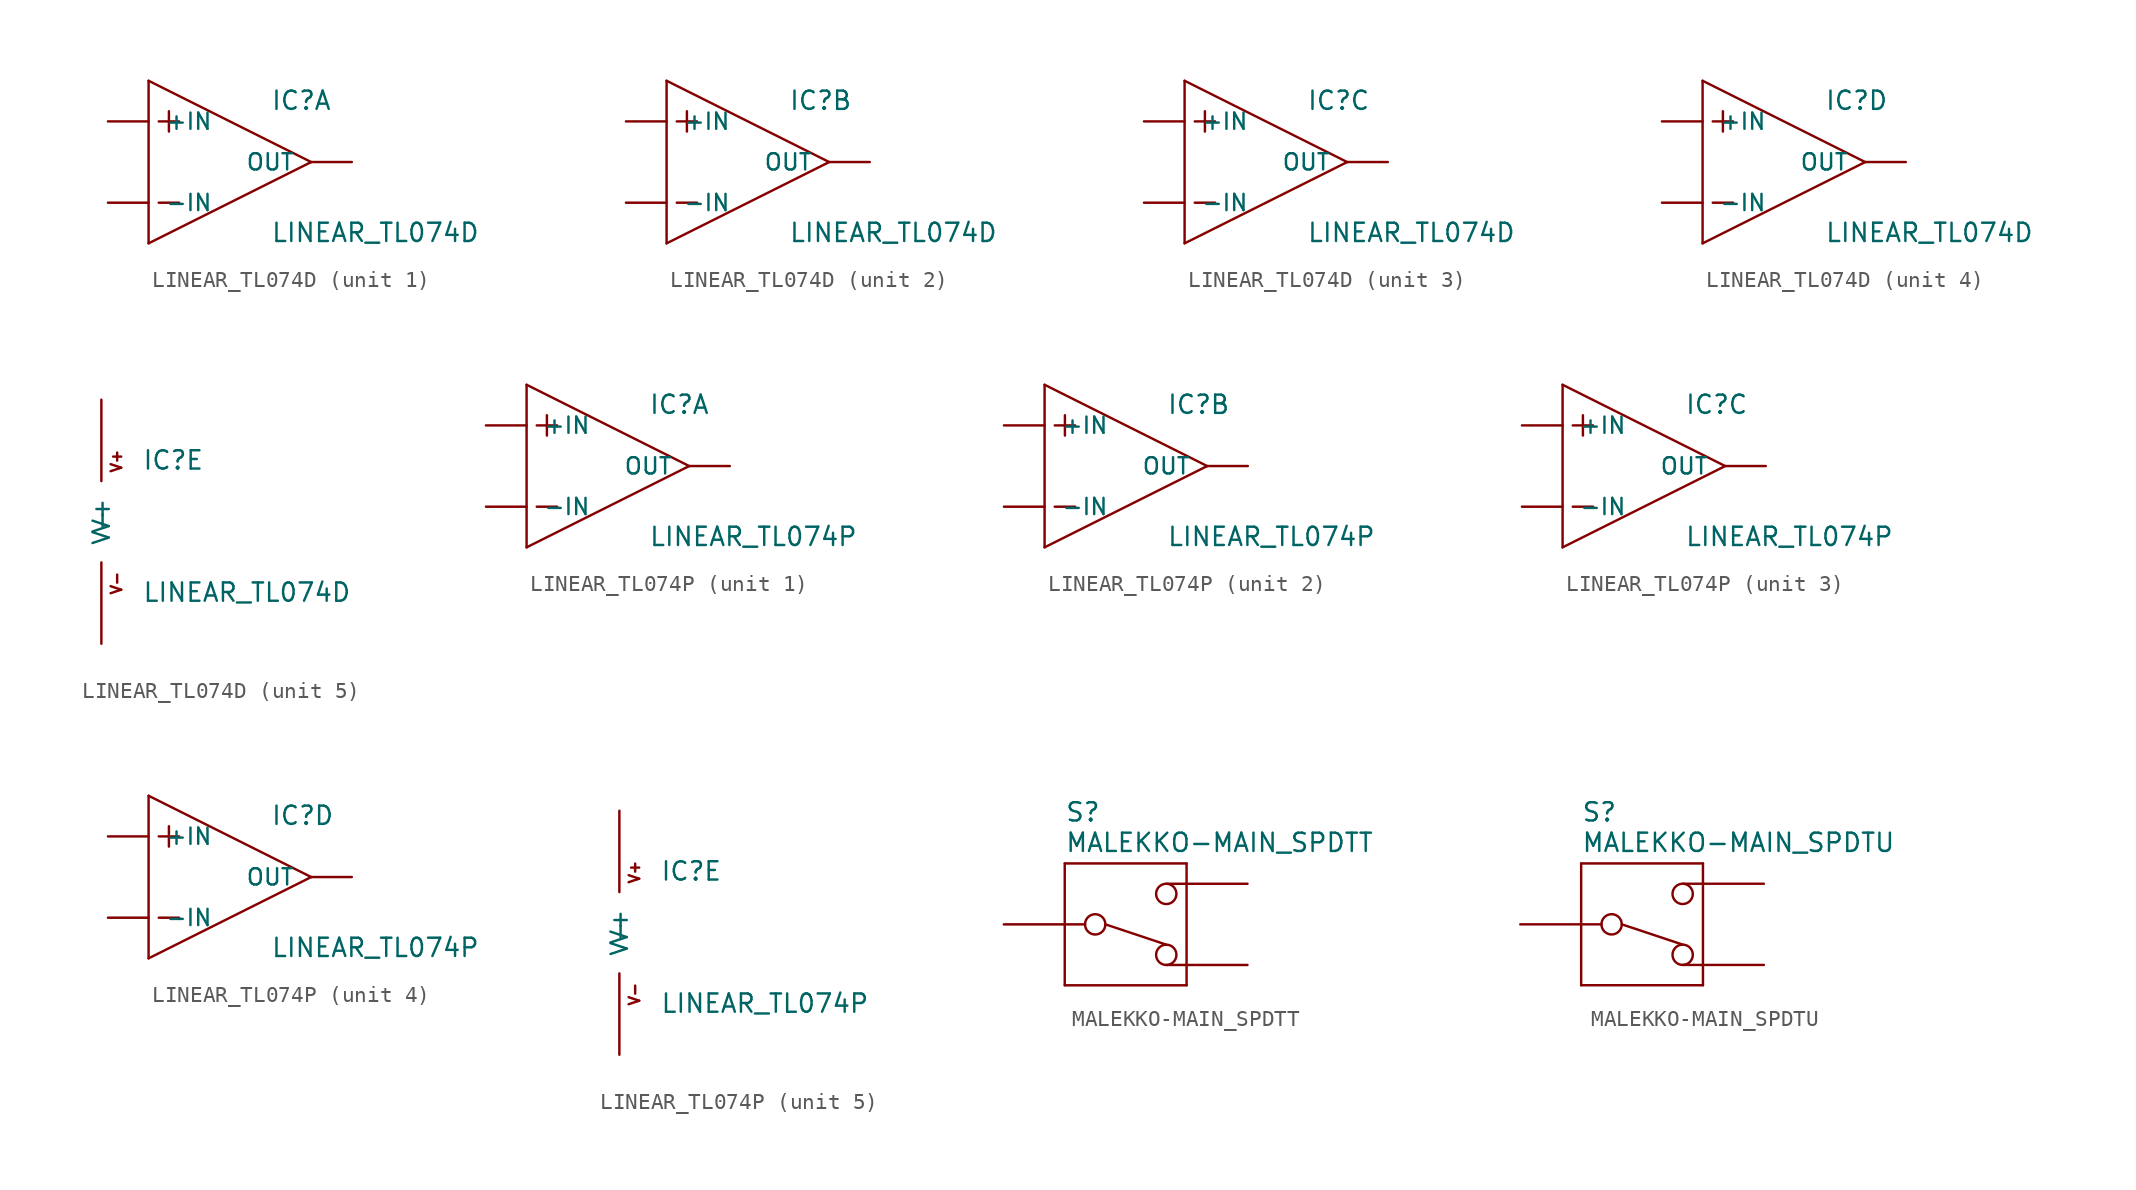
<source format=kicad_sym>
(kicad_symbol_lib
  (version 20210619)
  (generator kicad_symbol_editor)
  (symbol "LINEAR_TL074D"
    (pin_numbers hide)
    (pin_names
      (offset 1.016))
    (property "Reference" "IC"
      (at 2.54 3.175 0)
      (effects (font (size 1.143 1.143)) (justify left bottom)))
    (property "Value" "LINEAR_TL074D"
      (at 2.54 -5.08 0)
      (effects (font (size 1.143 1.143)) (justify left bottom)))
    (property "ki_locked" ""
      (at 0 0 0)
      (effects (font (size 1.27 1.27))))
    (symbol "LINEAR_TL074D_1_0"
      (polyline (pts (xy -5.08 -5.08) (xy 5.08 0)) (stroke (width 0)) (fill (type none)))
      (polyline (pts (xy -5.08 5.08) (xy -5.08 -5.08)) (stroke (width 0)) (fill (type none)))
      (polyline (pts (xy -4.445 -2.54) (xy -3.175 -2.54)) (stroke (width 0)) (fill (type none)))
      (polyline (pts (xy -4.445 2.54) (xy -3.175 2.54)) (stroke (width 0)) (fill (type none)))
      (polyline (pts (xy -3.81 3.175) (xy -3.81 1.905)) (stroke (width 0)) (fill (type none)))
      (polyline (pts (xy 5.08 0) (xy -5.08 5.08)) (stroke (width 0)) (fill (type none))))
    (symbol "LINEAR_TL074D_1_1"
      (pin output line (at 7.62 0 180) (length 2.54) (name "OUT" (effects (font (size 1.016 1.016)))) (number "1" (effects (font (size 1.016 1.016)))))
      (pin input line (at -7.62 -2.54 0) (length 2.54) (name "-IN" (effects (font (size 1.016 1.016)))) (number "2" (effects (font (size 1.016 1.016)))))
      (pin input line (at -7.62 2.54 0) (length 2.54) (name "+IN" (effects (font (size 1.016 1.016)))) (number "3" (effects (font (size 1.016 1.016))))))
    (symbol "LINEAR_TL074D_2_0"
      (polyline (pts (xy -5.08 -5.08) (xy 5.08 0)) (stroke (width 0)) (fill (type none)))
      (polyline (pts (xy -5.08 5.08) (xy -5.08 -5.08)) (stroke (width 0)) (fill (type none)))
      (polyline (pts (xy -4.445 -2.54) (xy -3.175 -2.54)) (stroke (width 0)) (fill (type none)))
      (polyline (pts (xy -4.445 2.54) (xy -3.175 2.54)) (stroke (width 0)) (fill (type none)))
      (polyline (pts (xy -3.81 3.175) (xy -3.81 1.905)) (stroke (width 0)) (fill (type none)))
      (polyline (pts (xy 5.08 0) (xy -5.08 5.08)) (stroke (width 0)) (fill (type none))))
    (symbol "LINEAR_TL074D_2_1"
      (pin input line (at -7.62 2.54 0) (length 2.54) (name "+IN" (effects (font (size 1.016 1.016)))) (number "5" (effects (font (size 1.016 1.016)))))
      (pin input line (at -7.62 -2.54 0) (length 2.54) (name "-IN" (effects (font (size 1.016 1.016)))) (number "6" (effects (font (size 1.016 1.016)))))
      (pin output line (at 7.62 0 180) (length 2.54) (name "OUT" (effects (font (size 1.016 1.016)))) (number "7" (effects (font (size 1.016 1.016))))))
    (symbol "LINEAR_TL074D_3_0"
      (polyline (pts (xy -5.08 -5.08) (xy 5.08 0)) (stroke (width 0)) (fill (type none)))
      (polyline (pts (xy -5.08 5.08) (xy -5.08 -5.08)) (stroke (width 0)) (fill (type none)))
      (polyline (pts (xy -4.445 -2.54) (xy -3.175 -2.54)) (stroke (width 0)) (fill (type none)))
      (polyline (pts (xy -4.445 2.54) (xy -3.175 2.54)) (stroke (width 0)) (fill (type none)))
      (polyline (pts (xy -3.81 3.175) (xy -3.81 1.905)) (stroke (width 0)) (fill (type none)))
      (polyline (pts (xy 5.08 0) (xy -5.08 5.08)) (stroke (width 0)) (fill (type none))))
    (symbol "LINEAR_TL074D_3_1"
      (pin input line (at -7.62 2.54 0) (length 2.54) (name "+IN" (effects (font (size 1.016 1.016)))) (number "10" (effects (font (size 1.016 1.016)))))
      (pin output line (at 7.62 0 180) (length 2.54) (name "OUT" (effects (font (size 1.016 1.016)))) (number "8" (effects (font (size 1.016 1.016)))))
      (pin input line (at -7.62 -2.54 0) (length 2.54) (name "-IN" (effects (font (size 1.016 1.016)))) (number "9" (effects (font (size 1.016 1.016))))))
    (symbol "LINEAR_TL074D_4_0"
      (polyline (pts (xy -5.08 -5.08) (xy 5.08 0)) (stroke (width 0)) (fill (type none)))
      (polyline (pts (xy -5.08 5.08) (xy -5.08 -5.08)) (stroke (width 0)) (fill (type none)))
      (polyline (pts (xy -4.445 -2.54) (xy -3.175 -2.54)) (stroke (width 0)) (fill (type none)))
      (polyline (pts (xy -4.445 2.54) (xy -3.175 2.54)) (stroke (width 0)) (fill (type none)))
      (polyline (pts (xy -3.81 3.175) (xy -3.81 1.905)) (stroke (width 0)) (fill (type none)))
      (polyline (pts (xy 5.08 0) (xy -5.08 5.08)) (stroke (width 0)) (fill (type none))))
    (symbol "LINEAR_TL074D_4_1"
      (pin input line (at -7.62 2.54 0) (length 2.54) (name "+IN" (effects (font (size 1.016 1.016)))) (number "12" (effects (font (size 1.016 1.016)))))
      (pin input line (at -7.62 -2.54 0) (length 2.54) (name "-IN" (effects (font (size 1.016 1.016)))) (number "13" (effects (font (size 1.016 1.016)))))
      (pin output line (at 7.62 0 180) (length 2.54) (name "OUT" (effects (font (size 1.016 1.016)))) (number "14" (effects (font (size 1.016 1.016))))))
    (symbol "LINEAR_TL074D_5_0"
      (text "V+" (at 0.94 3.785 900) (effects (font (size 0.66 0.66))))
      (text "V-" (at 0.94 -3.835 900) (effects (font (size 0.66 0.66)))))
    (symbol "LINEAR_TL074D_5_1"
      (pin power_in line (at 0 -7.62 90) (length 5.08) (name "V-" (effects (font (size 1.016 1.016)))) (number "11" (effects (font (size 1.016 1.016)))))
      (pin power_in line (at 0 7.62 270) (length 5.08) (name "V+" (effects (font (size 1.016 1.016)))) (number "4" (effects (font (size 1.016 1.016)))))))
  (symbol "LINEAR_TL074P"
    (pin_numbers hide)
    (pin_names
      (offset 1.016))
    (property "Reference" "IC"
      (at 2.54 3.175 0)
      (effects (font (size 1.143 1.143)) (justify left bottom)))
    (property "Value" "LINEAR_TL074P"
      (at 2.54 -5.08 0)
      (effects (font (size 1.143 1.143)) (justify left bottom)))
    (property "ki_locked" ""
      (at 0 0 0)
      (effects (font (size 1.27 1.27))))
    (symbol "LINEAR_TL074P_1_0"
      (polyline (pts (xy -5.08 -5.08) (xy 5.08 0)) (stroke (width 0)) (fill (type none)))
      (polyline (pts (xy -5.08 5.08) (xy -5.08 -5.08)) (stroke (width 0)) (fill (type none)))
      (polyline (pts (xy -4.445 -2.54) (xy -3.175 -2.54)) (stroke (width 0)) (fill (type none)))
      (polyline (pts (xy -4.445 2.54) (xy -3.175 2.54)) (stroke (width 0)) (fill (type none)))
      (polyline (pts (xy -3.81 3.175) (xy -3.81 1.905)) (stroke (width 0)) (fill (type none)))
      (polyline (pts (xy 5.08 0) (xy -5.08 5.08)) (stroke (width 0)) (fill (type none))))
    (symbol "LINEAR_TL074P_1_1"
      (pin output line (at 7.62 0 180) (length 2.54) (name "OUT" (effects (font (size 1.016 1.016)))) (number "1" (effects (font (size 1.016 1.016)))))
      (pin input line (at -7.62 -2.54 0) (length 2.54) (name "-IN" (effects (font (size 1.016 1.016)))) (number "2" (effects (font (size 1.016 1.016)))))
      (pin input line (at -7.62 2.54 0) (length 2.54) (name "+IN" (effects (font (size 1.016 1.016)))) (number "3" (effects (font (size 1.016 1.016))))))
    (symbol "LINEAR_TL074P_2_0"
      (polyline (pts (xy -5.08 -5.08) (xy 5.08 0)) (stroke (width 0)) (fill (type none)))
      (polyline (pts (xy -5.08 5.08) (xy -5.08 -5.08)) (stroke (width 0)) (fill (type none)))
      (polyline (pts (xy -4.445 -2.54) (xy -3.175 -2.54)) (stroke (width 0)) (fill (type none)))
      (polyline (pts (xy -4.445 2.54) (xy -3.175 2.54)) (stroke (width 0)) (fill (type none)))
      (polyline (pts (xy -3.81 3.175) (xy -3.81 1.905)) (stroke (width 0)) (fill (type none)))
      (polyline (pts (xy 5.08 0) (xy -5.08 5.08)) (stroke (width 0)) (fill (type none))))
    (symbol "LINEAR_TL074P_2_1"
      (pin input line (at -7.62 2.54 0) (length 2.54) (name "+IN" (effects (font (size 1.016 1.016)))) (number "5" (effects (font (size 1.016 1.016)))))
      (pin input line (at -7.62 -2.54 0) (length 2.54) (name "-IN" (effects (font (size 1.016 1.016)))) (number "6" (effects (font (size 1.016 1.016)))))
      (pin output line (at 7.62 0 180) (length 2.54) (name "OUT" (effects (font (size 1.016 1.016)))) (number "7" (effects (font (size 1.016 1.016))))))
    (symbol "LINEAR_TL074P_3_0"
      (polyline (pts (xy -5.08 -5.08) (xy 5.08 0)) (stroke (width 0)) (fill (type none)))
      (polyline (pts (xy -5.08 5.08) (xy -5.08 -5.08)) (stroke (width 0)) (fill (type none)))
      (polyline (pts (xy -4.445 -2.54) (xy -3.175 -2.54)) (stroke (width 0)) (fill (type none)))
      (polyline (pts (xy -4.445 2.54) (xy -3.175 2.54)) (stroke (width 0)) (fill (type none)))
      (polyline (pts (xy -3.81 3.175) (xy -3.81 1.905)) (stroke (width 0)) (fill (type none)))
      (polyline (pts (xy 5.08 0) (xy -5.08 5.08)) (stroke (width 0)) (fill (type none))))
    (symbol "LINEAR_TL074P_3_1"
      (pin input line (at -7.62 2.54 0) (length 2.54) (name "+IN" (effects (font (size 1.016 1.016)))) (number "10" (effects (font (size 1.016 1.016)))))
      (pin output line (at 7.62 0 180) (length 2.54) (name "OUT" (effects (font (size 1.016 1.016)))) (number "8" (effects (font (size 1.016 1.016)))))
      (pin input line (at -7.62 -2.54 0) (length 2.54) (name "-IN" (effects (font (size 1.016 1.016)))) (number "9" (effects (font (size 1.016 1.016))))))
    (symbol "LINEAR_TL074P_4_0"
      (polyline (pts (xy -5.08 -5.08) (xy 5.08 0)) (stroke (width 0)) (fill (type none)))
      (polyline (pts (xy -5.08 5.08) (xy -5.08 -5.08)) (stroke (width 0)) (fill (type none)))
      (polyline (pts (xy -4.445 -2.54) (xy -3.175 -2.54)) (stroke (width 0)) (fill (type none)))
      (polyline (pts (xy -4.445 2.54) (xy -3.175 2.54)) (stroke (width 0)) (fill (type none)))
      (polyline (pts (xy -3.81 3.175) (xy -3.81 1.905)) (stroke (width 0)) (fill (type none)))
      (polyline (pts (xy 5.08 0) (xy -5.08 5.08)) (stroke (width 0)) (fill (type none))))
    (symbol "LINEAR_TL074P_4_1"
      (pin input line (at -7.62 2.54 0) (length 2.54) (name "+IN" (effects (font (size 1.016 1.016)))) (number "12" (effects (font (size 1.016 1.016)))))
      (pin input line (at -7.62 -2.54 0) (length 2.54) (name "-IN" (effects (font (size 1.016 1.016)))) (number "13" (effects (font (size 1.016 1.016)))))
      (pin output line (at 7.62 0 180) (length 2.54) (name "OUT" (effects (font (size 1.016 1.016)))) (number "14" (effects (font (size 1.016 1.016))))))
    (symbol "LINEAR_TL074P_5_0"
      (text "V+" (at 0.94 3.785 900) (effects (font (size 0.66 0.66))))
      (text "V-" (at 0.94 -3.835 900) (effects (font (size 0.66 0.66)))))
    (symbol "LINEAR_TL074P_5_1"
      (pin power_in line (at 0 -7.62 90) (length 5.08) (name "V-" (effects (font (size 1.016 1.016)))) (number "11" (effects (font (size 1.016 1.016)))))
      (pin power_in line (at 0 7.62 270) (length 5.08) (name "V+" (effects (font (size 1.016 1.016)))) (number "4" (effects (font (size 1.016 1.016)))))))
  (symbol "MALEKKO-MAIN_SPDTT"
    (pin_numbers hide)
    (pin_names
      (offset 1.016) hide)
    (property "Reference" "S"
      (at -3.81 6.35 0)
      (effects (font (size 1.143 1.143)) (justify left bottom)))
    (property "Value" "MALEKKO-MAIN_SPDTT"
      (at -3.81 4.445 0)
      (effects (font (size 1.143 1.143)) (justify left bottom)))
    (property "ki_locked" ""
      (at 0 0 0)
      (effects (font (size 1.27 1.27))))
    (symbol "MALEKKO-MAIN_SPDTT_1_0"
      (polyline (pts (xy -3.81 -3.81) (xy 3.81 -3.81)) (stroke (width 0)) (fill (type none)))
      (polyline (pts (xy -3.81 3.81) (xy -3.81 -3.81)) (stroke (width 0)) (fill (type none)))
      (polyline (pts (xy -1.27 0) (xy 2.54 -1.27)) (stroke (width 0)) (fill (type none)))
      (polyline (pts (xy 3.81 -3.81) (xy 3.81 3.81)) (stroke (width 0)) (fill (type none)))
      (polyline (pts (xy 3.81 3.81) (xy -3.81 3.81)) (stroke (width 0)) (fill (type none))))
    (symbol "MALEKKO-MAIN_SPDTT_1_1"
      (circle (center -1.905 0) (radius 0.635) (stroke (width 0)) (fill (type none)))
      (circle (center 2.54 -1.905) (radius 0.635) (stroke (width 0)) (fill (type none)))
      (circle (center 2.54 1.905) (radius 0.635) (stroke (width 0)) (fill (type none)))
      (pin passive line (at 7.62 2.54 180) (length 5.08) (name "P$1" (effects (font (size 1.016 1.016)))) (number "P$1" (effects (font (size 1.016 1.016)))))
      (pin passive line (at -7.62 0 0) (length 5.08) (name "P$2" (effects (font (size 1.016 1.016)))) (number "P$2" (effects (font (size 1.016 1.016)))))
      (pin passive line (at 7.62 -2.54 180) (length 5.08) (name "P$3" (effects (font (size 1.016 1.016)))) (number "P$3" (effects (font (size 1.016 1.016)))))))
  (symbol "MALEKKO-MAIN_SPDTU"
    (pin_numbers hide)
    (pin_names
      (offset 1.016) hide)
    (property "Reference" "S"
      (at -3.81 6.35 0)
      (effects (font (size 1.143 1.143)) (justify left bottom)))
    (property "Value" "MALEKKO-MAIN_SPDTU"
      (at -3.81 4.445 0)
      (effects (font (size 1.143 1.143)) (justify left bottom)))
    (property "ki_locked" ""
      (at 0 0 0)
      (effects (font (size 1.27 1.27))))
    (symbol "MALEKKO-MAIN_SPDTU_1_0"
      (polyline (pts (xy -3.81 -3.81) (xy 3.81 -3.81)) (stroke (width 0)) (fill (type none)))
      (polyline (pts (xy -3.81 3.81) (xy -3.81 -3.81)) (stroke (width 0)) (fill (type none)))
      (polyline (pts (xy -1.27 0) (xy 2.54 -1.27)) (stroke (width 0)) (fill (type none)))
      (polyline (pts (xy 3.81 -3.81) (xy 3.81 3.81)) (stroke (width 0)) (fill (type none)))
      (polyline (pts (xy 3.81 3.81) (xy -3.81 3.81)) (stroke (width 0)) (fill (type none))))
    (symbol "MALEKKO-MAIN_SPDTU_1_1"
      (circle (center -1.905 0) (radius 0.635) (stroke (width 0)) (fill (type none)))
      (circle (center 2.54 -1.905) (radius 0.635) (stroke (width 0)) (fill (type none)))
      (circle (center 2.54 1.905) (radius 0.635) (stroke (width 0)) (fill (type none)))
      (pin passive line (at 7.62 2.54 180) (length 5.08) (name "P$1" (effects (font (size 1.016 1.016)))) (number "P$1" (effects (font (size 1.016 1.016)))))
      (pin passive line (at -7.62 0 0) (length 5.08) (name "P$2" (effects (font (size 1.016 1.016)))) (number "P$2" (effects (font (size 1.016 1.016)))))
      (pin passive line (at 7.62 -2.54 180) (length 5.08) (name "P$3" (effects (font (size 1.016 1.016)))) (number "P$3" (effects (font (size 1.016 1.016))))))))
</source>
